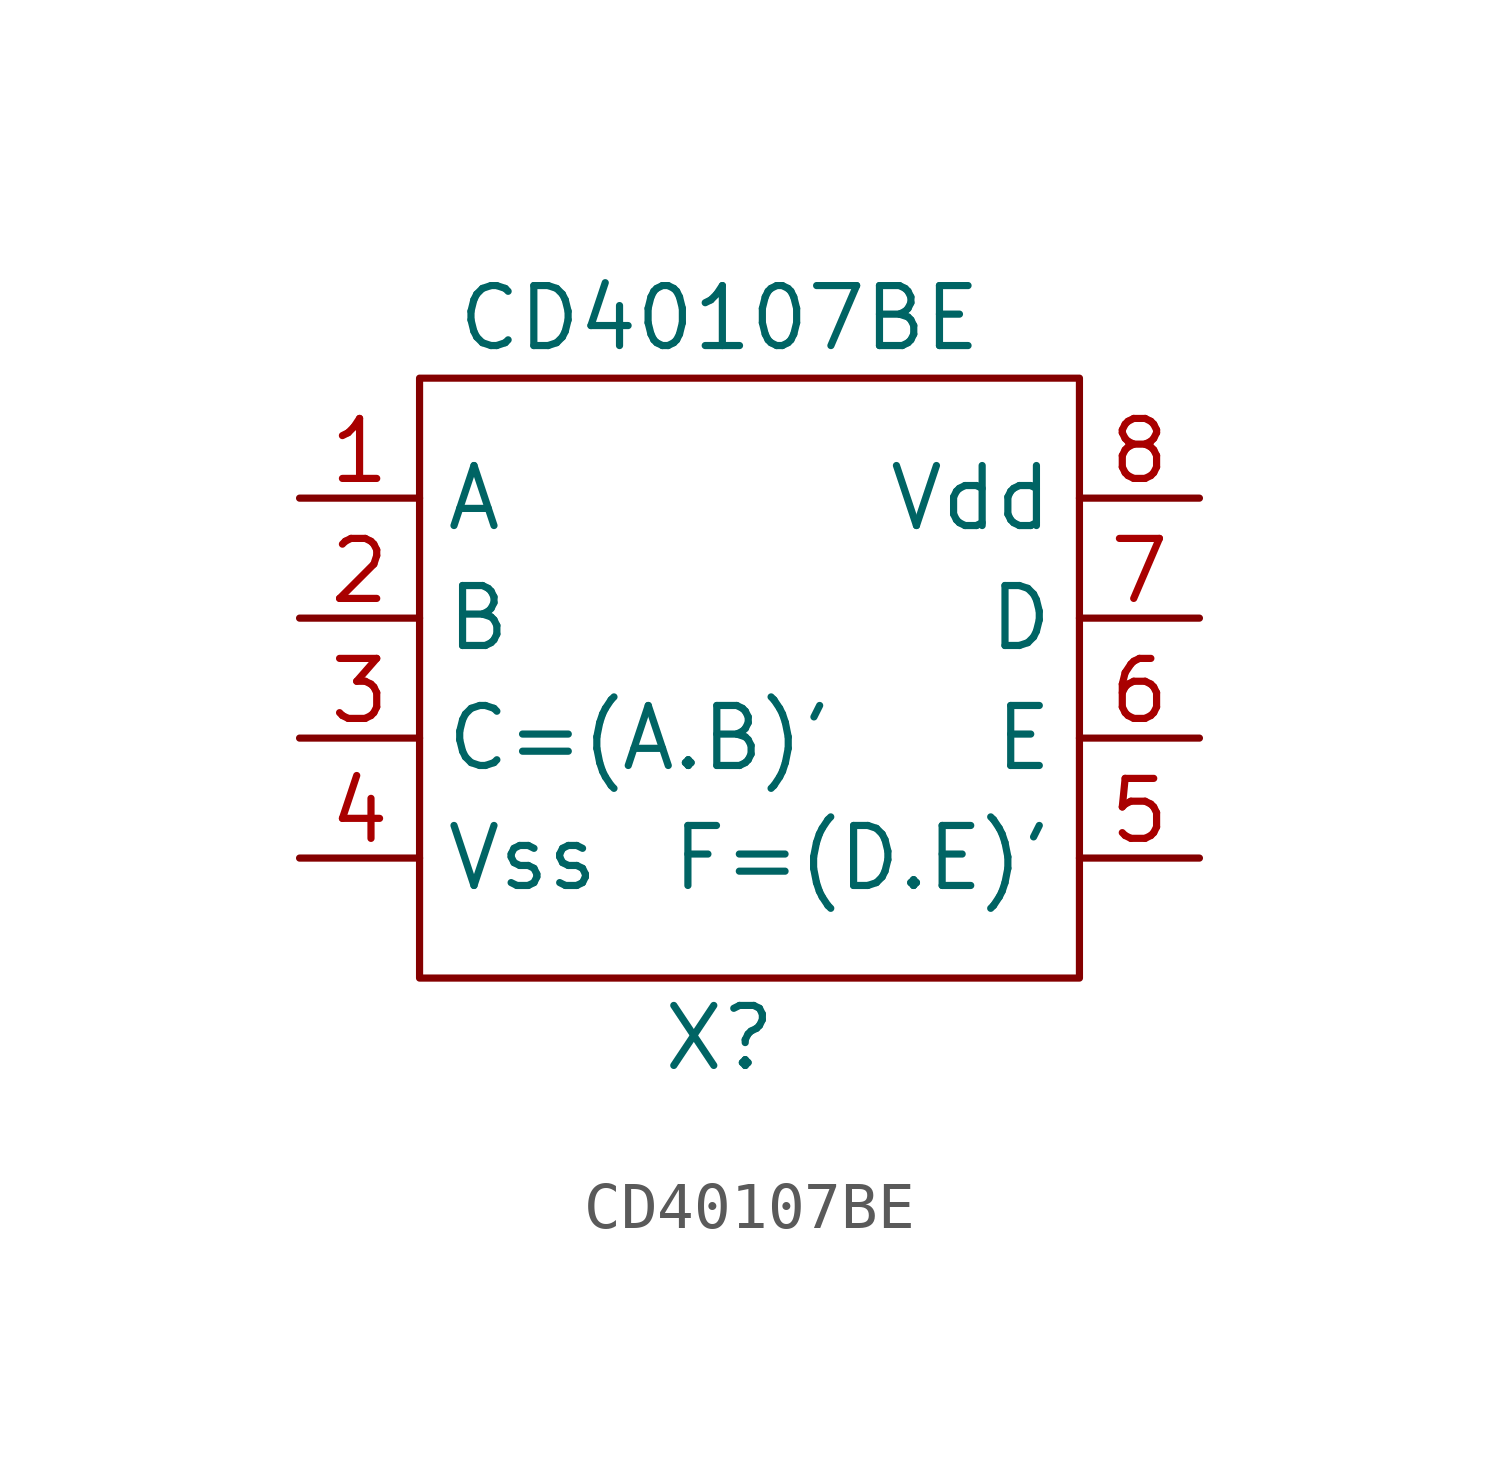
<source format=kicad_sym>
(kicad_symbol_lib
  (version 20211014)
  (generator kicad_symbol_editor)
  (symbol "CD40107BE"
    (property "Reference" "X"
      (at 0 -5.08 0)
      (effects (font (size 1.27 1.27))))
    (property "Value" "CD40107BE"
      (at 0 10.16 0)
      (effects (font (size 1.27 1.27))))
    (symbol "CD40107BE_0_1"
      (rectangle (start -6.35 8.89) (end 7.62 -3.81) (stroke (width 0) (type default) (color 0 0 0 0)) (fill (type none))))
    (symbol "CD40107BE_1_1"
      (pin input line (at -8.89 6.35 0) (length 2.54) (name "A" (effects (font (size 1.27 1.27)))) (number "1" (effects (font (size 1.27 1.27)))))
      (pin input line (at -8.89 3.81 0) (length 2.54) (name "B" (effects (font (size 1.27 1.27)))) (number "2" (effects (font (size 1.27 1.27)))))
      (pin output line (at -8.89 1.27 0) (length 2.54) (name "C=(A.B)'" (effects (font (size 1.27 1.27)))) (number "3" (effects (font (size 1.27 1.27)))))
      (pin input line (at -8.89 -1.27 0) (length 2.54) (name "Vss" (effects (font (size 1.27 1.27)))) (number "4" (effects (font (size 1.27 1.27)))))
      (pin output line (at 10.16 -1.27 180) (length 2.54) (name "F=(D.E)'" (effects (font (size 1.27 1.27)))) (number "5" (effects (font (size 1.27 1.27)))))
      (pin input line (at 10.16 1.27 180) (length 2.54) (name "E" (effects (font (size 1.27 1.27)))) (number "6" (effects (font (size 1.27 1.27)))))
      (pin input line (at 10.16 3.81 180) (length 2.54) (name "D" (effects (font (size 1.27 1.27)))) (number "7" (effects (font (size 1.27 1.27)))))
      (pin input line (at 10.16 6.35 180) (length 2.54) (name "Vdd" (effects (font (size 1.27 1.27)))) (number "8" (effects (font (size 1.27 1.27))))))))
</source>
